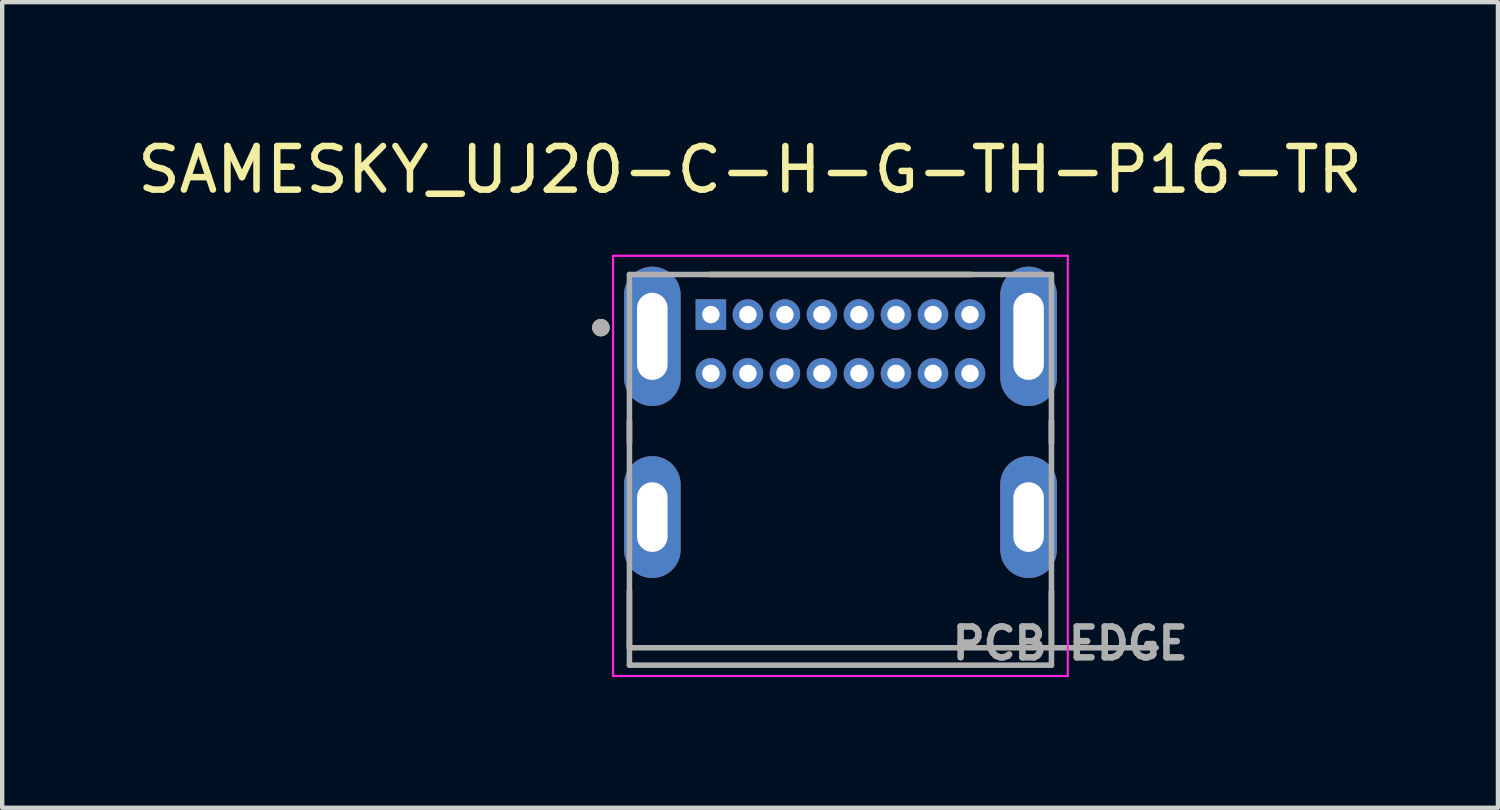
<source format=kicad_pcb>
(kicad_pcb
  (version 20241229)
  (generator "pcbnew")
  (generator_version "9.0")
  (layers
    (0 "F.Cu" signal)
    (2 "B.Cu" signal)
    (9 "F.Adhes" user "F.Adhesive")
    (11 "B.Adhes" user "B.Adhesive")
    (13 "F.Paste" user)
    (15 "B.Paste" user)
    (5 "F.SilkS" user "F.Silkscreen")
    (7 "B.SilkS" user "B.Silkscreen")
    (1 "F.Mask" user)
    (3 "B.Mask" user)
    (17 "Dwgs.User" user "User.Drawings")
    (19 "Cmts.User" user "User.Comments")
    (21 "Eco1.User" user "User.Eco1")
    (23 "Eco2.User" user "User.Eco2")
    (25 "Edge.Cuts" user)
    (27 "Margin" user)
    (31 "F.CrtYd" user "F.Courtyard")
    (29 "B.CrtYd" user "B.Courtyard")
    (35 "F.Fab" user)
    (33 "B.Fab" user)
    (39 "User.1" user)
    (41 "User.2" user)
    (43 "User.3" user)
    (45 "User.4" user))
  (footprint "SAMESKY_UJ20-C-H-G-TH-P16-TR"
    (layer "F.Cu")
    (at 16.248 7.738)
    (property "Reference" "SAMESKY_UJ20-C-H-G-TH-P16-TR" (at -2.075 -6.89 0) (layer "F.SilkS") (effects (font (size 1 1) (thickness 0.15))))
    (attr through_hole)
    (fp_line (start -4.845 -1.115) (end -4.845 -0.615) (stroke (width 0.127) (type solid)) (layer "F.SilkS"))
    (fp_line (start -4.845 4.085) (end -4.845 2.785) (stroke (width 0.127) (type solid)) (layer "F.SilkS"))
    (fp_line (start 3 -4.485) (end -3 -4.485) (stroke (width 0.127) (type solid)) (layer "F.SilkS"))
    (fp_line (start 4.845 -1.115) (end 4.845 -0.615) (stroke (width 0.127) (type solid)) (layer "F.SilkS"))
    (fp_line (start 4.845 4.085) (end 4.845 2.785) (stroke (width 0.127) (type solid)) (layer "F.SilkS"))
    (fp_circle (center -5.5 -3.265) (end -5.4 -3.265) (stroke (width 0.2) (type solid)) (fill no) (layer "F.SilkS"))
    (fp_line (start -5.22 -4.915) (end -5.22 4.735) (stroke (width 0.05) (type solid)) (layer "F.CrtYd"))
    (fp_line (start -5.22 4.735) (end 5.22 4.735) (stroke (width 0.05) (type solid)) (layer "F.CrtYd"))
    (fp_line (start 5.22 -4.915) (end -5.22 -4.915) (stroke (width 0.05) (type solid)) (layer "F.CrtYd"))
    (fp_line (start 5.22 4.735) (end 5.22 -4.915) (stroke (width 0.05) (type solid)) (layer "F.CrtYd"))
    (fp_line (start -4.845 -4.485) (end -4.845 4.085) (stroke (width 0.127) (type solid)) (layer "F.Fab"))
    (fp_line (start -4.845 4.085) (end -4.845 4.485) (stroke (width 0.127) (type solid)) (layer "F.Fab"))
    (fp_line (start -4.845 4.085) (end 7.25 4.085) (stroke (width 0.127) (type solid)) (layer "F.Fab"))
    (fp_line (start -4.845 4.485) (end 4.845 4.485) (stroke (width 0.127) (type solid)) (layer "F.Fab"))
    (fp_line (start 4.845 -4.485) (end -4.845 -4.485) (stroke (width 0.127) (type solid)) (layer "F.Fab"))
    (fp_line (start 4.845 4.485) (end 4.845 -4.485) (stroke (width 0.127) (type solid)) (layer "F.Fab"))
    (fp_circle (center -5.5 -3.265) (end -5.4 -3.265) (stroke (width 0.2) (type solid)) (fill no) (layer "F.Fab"))
    (fp_text user "PCB EDGE" (at 5.275 3.985 0) (layer "F.Fab") (effects (font (size 0.709 0.709) (thickness 0.15))))
    (pad "A1" thru_hole rect (at -2.975 -3.565) (size 0.7 0.7) (drill 0.4) (layers "*.Cu" "*.Mask"))
    (pad "A4" thru_hole circle (at -2.125 -3.565) (size 0.7 0.7) (drill 0.4) (layers "*.Cu" "*.Mask"))
    (pad "A5" thru_hole circle (at -1.275 -3.565) (size 0.7 0.7) (drill 0.4) (layers "*.Cu" "*.Mask"))
    (pad "A6" thru_hole circle (at -0.425 -3.565) (size 0.7 0.7) (drill 0.4) (layers "*.Cu" "*.Mask"))
    (pad "A7" thru_hole circle (at 0.425 -3.565) (size 0.7 0.7) (drill 0.4) (layers "*.Cu" "*.Mask"))
    (pad "A8" thru_hole circle (at 1.275 -3.565) (size 0.7 0.7) (drill 0.4) (layers "*.Cu" "*.Mask"))
    (pad "A9" thru_hole circle (at 2.125 -3.565) (size 0.7 0.7) (drill 0.4) (layers "*.Cu" "*.Mask"))
    (pad "A12" thru_hole circle (at 2.975 -3.565) (size 0.7 0.7) (drill 0.4) (layers "*.Cu" "*.Mask"))
    (pad "B1" thru_hole circle (at 2.975 -2.215) (size 0.7 0.7) (drill 0.4) (layers "*.Cu" "*.Mask"))
    (pad "B4" thru_hole circle (at 2.125 -2.215) (size 0.7 0.7) (drill 0.4) (layers "*.Cu" "*.Mask"))
    (pad "B5" thru_hole circle (at 1.275 -2.215) (size 0.7 0.7) (drill 0.4) (layers "*.Cu" "*.Mask"))
    (pad "B6" thru_hole circle (at 0.425 -2.215) (size 0.7 0.7) (drill 0.4) (layers "*.Cu" "*.Mask"))
    (pad "B7" thru_hole circle (at -0.425 -2.215) (size 0.7 0.7) (drill 0.4) (layers "*.Cu" "*.Mask"))
    (pad "B8" thru_hole circle (at -1.275 -2.215) (size 0.7 0.7) (drill 0.4) (layers "*.Cu" "*.Mask"))
    (pad "B9" thru_hole circle (at -2.125 -2.215) (size 0.7 0.7) (drill 0.4) (layers "*.Cu" "*.Mask"))
    (pad "B12" thru_hole circle (at -2.975 -2.215) (size 0.7 0.7) (drill 0.4) (layers "*.Cu" "*.Mask"))
    (pad "SH1" thru_hole oval (at -4.32 -3.065) (size 1.3 3.2) (drill oval 0.7 2) (layers "*.Cu" "*.Mask"))
    (pad "SH2" thru_hole oval (at -4.32 1.085) (size 1.3 2.8) (drill oval 0.7 1.6) (layers "*.Cu" "*.Mask"))
    (pad "SH3" thru_hole oval (at 4.32 -3.065) (size 1.3 3.2) (drill oval 0.7 2) (layers "*.Cu" "*.Mask"))
    (pad "SH4" thru_hole oval (at 4.32 1.085) (size 1.3 2.8) (drill oval 0.7 1.6) (layers "*.Cu" "*.Mask")))
  (gr_rect
    (start -3 -3)
    (end 31.345 15.498)
    (stroke (width 0.1) (type default))
    (fill no)
    (layer "Edge.Cuts")))
</source>
